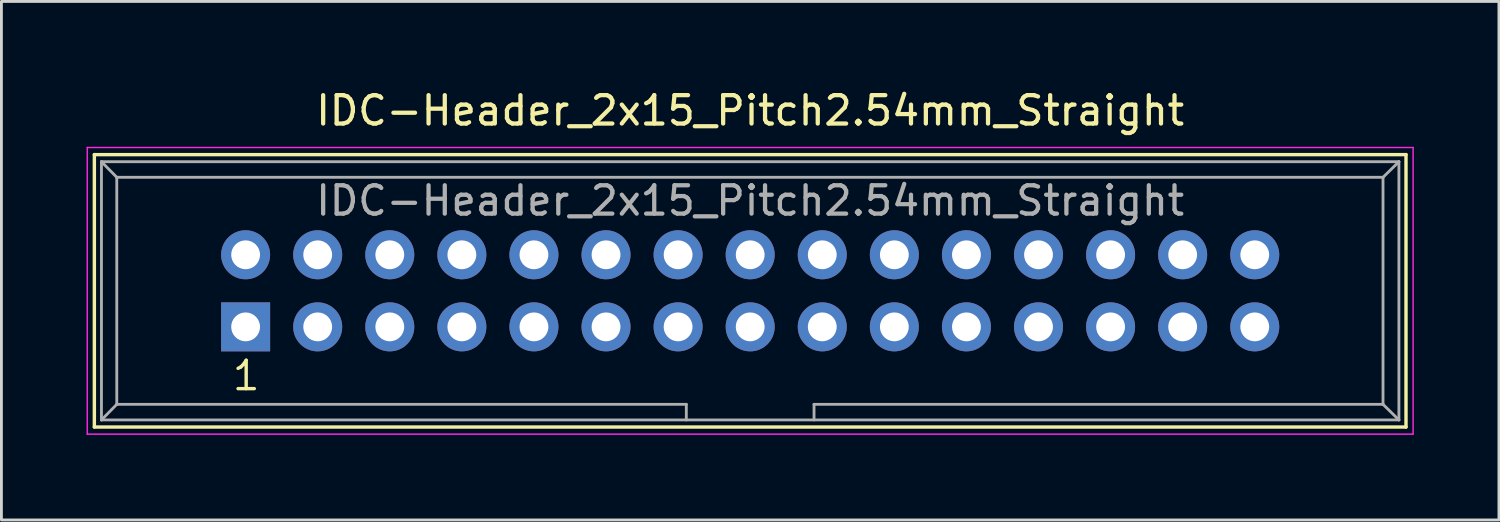
<source format=kicad_pcb>
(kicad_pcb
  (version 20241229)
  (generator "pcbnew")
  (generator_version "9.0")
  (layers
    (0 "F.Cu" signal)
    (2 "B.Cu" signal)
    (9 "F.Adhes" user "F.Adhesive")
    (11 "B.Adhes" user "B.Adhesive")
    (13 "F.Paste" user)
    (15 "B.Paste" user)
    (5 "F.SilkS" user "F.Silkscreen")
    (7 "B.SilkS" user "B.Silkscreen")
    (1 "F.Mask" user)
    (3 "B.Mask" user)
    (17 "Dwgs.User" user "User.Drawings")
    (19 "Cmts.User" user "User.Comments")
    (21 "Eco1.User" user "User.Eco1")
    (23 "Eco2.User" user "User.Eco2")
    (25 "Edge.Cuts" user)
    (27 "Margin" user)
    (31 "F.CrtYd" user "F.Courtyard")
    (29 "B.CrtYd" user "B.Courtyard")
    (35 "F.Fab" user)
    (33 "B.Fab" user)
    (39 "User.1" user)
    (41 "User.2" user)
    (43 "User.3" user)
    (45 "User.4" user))
  (footprint "IDC-Header_2x15_Pitch2.54mm_Straight"
    (layer "F.Cu")
    (at 5.605 8.468)
    (property "Reference" "IDC-Header_2x15_Pitch2.54mm_Straight" (at 17.78 -7.62 0) (layer "F.SilkS") (effects (font (size 1 1) (thickness 0.15))))
    (attr through_hole)
    (fp_line (start -5.33 -6.07) (end 40.89 -6.07) (stroke (width 0.12) (type solid)) (layer "F.SilkS"))
    (fp_line (start -5.33 3.53) (end -5.33 -6.07) (stroke (width 0.12) (type solid)) (layer "F.SilkS"))
    (fp_line (start 40.89 -6.07) (end 40.89 3.53) (stroke (width 0.12) (type solid)) (layer "F.SilkS"))
    (fp_line (start 40.89 3.53) (end -5.33 3.53) (stroke (width 0.12) (type solid)) (layer "F.SilkS"))
    (fp_line (start -5.58 -6.32) (end 41.14 -6.32) (stroke (width 0.05) (type solid)) (layer "F.CrtYd"))
    (fp_line (start -5.58 3.78) (end -5.58 -6.32) (stroke (width 0.05) (type solid)) (layer "F.CrtYd"))
    (fp_line (start 41.14 -6.32) (end 41.14 3.78) (stroke (width 0.05) (type solid)) (layer "F.CrtYd"))
    (fp_line (start 41.14 3.78) (end -5.58 3.78) (stroke (width 0.05) (type solid)) (layer "F.CrtYd"))
    (fp_line (start -5.08 -5.82) (end -5.08 3.28) (stroke (width 0.1) (type solid)) (layer "F.Fab"))
    (fp_line (start -5.08 -5.82) (end -4.54 -5.27) (stroke (width 0.1) (type solid)) (layer "F.Fab"))
    (fp_line (start -5.08 -5.82) (end 40.64 -5.82) (stroke (width 0.1) (type solid)) (layer "F.Fab"))
    (fp_line (start -5.08 3.28) (end -4.54 2.73) (stroke (width 0.1) (type solid)) (layer "F.Fab"))
    (fp_line (start -5.08 3.28) (end 40.64 3.28) (stroke (width 0.1) (type solid)) (layer "F.Fab"))
    (fp_line (start -4.54 -5.27) (end -4.54 2.73) (stroke (width 0.1) (type solid)) (layer "F.Fab"))
    (fp_line (start -4.54 -5.27) (end 40.08 -5.27) (stroke (width 0.1) (type solid)) (layer "F.Fab"))
    (fp_line (start -4.54 2.73) (end 15.53 2.73) (stroke (width 0.1) (type solid)) (layer "F.Fab"))
    (fp_line (start 15.53 2.73) (end 15.53 3.28) (stroke (width 0.1) (type solid)) (layer "F.Fab"))
    (fp_line (start 20.03 2.73) (end 20.03 3.28) (stroke (width 0.1) (type solid)) (layer "F.Fab"))
    (fp_line (start 20.03 2.73) (end 40.08 2.73) (stroke (width 0.1) (type solid)) (layer "F.Fab"))
    (fp_line (start 40.08 -5.27) (end 40.08 2.73) (stroke (width 0.1) (type solid)) (layer "F.Fab"))
    (fp_line (start 40.64 -5.82) (end 40.08 -5.27) (stroke (width 0.1) (type solid)) (layer "F.Fab"))
    (fp_line (start 40.64 -5.82) (end 40.64 3.28) (stroke (width 0.1) (type solid)) (layer "F.Fab"))
    (fp_line (start 40.64 3.28) (end 40.08 2.73) (stroke (width 0.1) (type solid)) (layer "F.Fab"))
    (fp_text user "1" (at 0.02 1.72 0) (layer "F.SilkS") (effects (font (size 1 1) (thickness 0.12))))
    (fp_text user "${REFERENCE}" (at 17.78 -4.445 0) (layer "F.Fab") (effects (font (size 1 1) (thickness 0.15))))
    (pad "1" thru_hole rect (at 0 0) (size 1.727 1.727) (drill 1.016) (layers "*.Cu" "*.Mask"))
    (pad "2" thru_hole oval (at 0 -2.54) (size 1.727 1.727) (drill 1.016) (layers "*.Cu" "*.Mask"))
    (pad "3" thru_hole oval (at 2.54 0) (size 1.727 1.727) (drill 1.016) (layers "*.Cu" "*.Mask"))
    (pad "4" thru_hole oval (at 2.54 -2.54) (size 1.727 1.727) (drill 1.016) (layers "*.Cu" "*.Mask"))
    (pad "5" thru_hole oval (at 5.08 0) (size 1.727 1.727) (drill 1.016) (layers "*.Cu" "*.Mask"))
    (pad "6" thru_hole oval (at 5.08 -2.54) (size 1.727 1.727) (drill 1.016) (layers "*.Cu" "*.Mask"))
    (pad "7" thru_hole oval (at 7.62 0) (size 1.727 1.727) (drill 1.016) (layers "*.Cu" "*.Mask"))
    (pad "8" thru_hole oval (at 7.62 -2.54) (size 1.727 1.727) (drill 1.016) (layers "*.Cu" "*.Mask"))
    (pad "9" thru_hole oval (at 10.16 0) (size 1.727 1.727) (drill 1.016) (layers "*.Cu" "*.Mask"))
    (pad "10" thru_hole oval (at 10.16 -2.54) (size 1.727 1.727) (drill 1.016) (layers "*.Cu" "*.Mask"))
    (pad "11" thru_hole oval (at 12.7 0) (size 1.727 1.727) (drill 1.016) (layers "*.Cu" "*.Mask"))
    (pad "12" thru_hole oval (at 12.7 -2.54) (size 1.727 1.727) (drill 1.016) (layers "*.Cu" "*.Mask"))
    (pad "13" thru_hole oval (at 15.24 0) (size 1.727 1.727) (drill 1.016) (layers "*.Cu" "*.Mask"))
    (pad "14" thru_hole oval (at 15.24 -2.54) (size 1.727 1.727) (drill 1.016) (layers "*.Cu" "*.Mask"))
    (pad "15" thru_hole oval (at 17.78 0) (size 1.727 1.727) (drill 1.016) (layers "*.Cu" "*.Mask"))
    (pad "16" thru_hole oval (at 17.78 -2.54) (size 1.727 1.727) (drill 1.016) (layers "*.Cu" "*.Mask"))
    (pad "17" thru_hole oval (at 20.32 0) (size 1.727 1.727) (drill 1.016) (layers "*.Cu" "*.Mask"))
    (pad "18" thru_hole oval (at 20.32 -2.54) (size 1.727 1.727) (drill 1.016) (layers "*.Cu" "*.Mask"))
    (pad "19" thru_hole oval (at 22.86 0) (size 1.727 1.727) (drill 1.016) (layers "*.Cu" "*.Mask"))
    (pad "20" thru_hole oval (at 22.86 -2.54) (size 1.727 1.727) (drill 1.016) (layers "*.Cu" "*.Mask"))
    (pad "21" thru_hole oval (at 25.4 0) (size 1.727 1.727) (drill 1.016) (layers "*.Cu" "*.Mask"))
    (pad "22" thru_hole oval (at 25.4 -2.54) (size 1.727 1.727) (drill 1.016) (layers "*.Cu" "*.Mask"))
    (pad "23" thru_hole oval (at 27.94 0) (size 1.727 1.727) (drill 1.016) (layers "*.Cu" "*.Mask"))
    (pad "24" thru_hole oval (at 27.94 -2.54) (size 1.727 1.727) (drill 1.016) (layers "*.Cu" "*.Mask"))
    (pad "25" thru_hole oval (at 30.48 0) (size 1.727 1.727) (drill 1.016) (layers "*.Cu" "*.Mask"))
    (pad "26" thru_hole oval (at 30.48 -2.54) (size 1.727 1.727) (drill 1.016) (layers "*.Cu" "*.Mask"))
    (pad "27" thru_hole oval (at 33.02 0) (size 1.727 1.727) (drill 1.016) (layers "*.Cu" "*.Mask"))
    (pad "28" thru_hole oval (at 33.02 -2.54) (size 1.727 1.727) (drill 1.016) (layers "*.Cu" "*.Mask"))
    (pad "29" thru_hole oval (at 35.56 0) (size 1.727 1.727) (drill 1.016) (layers "*.Cu" "*.Mask"))
    (pad "30" thru_hole oval (at 35.56 -2.54) (size 1.727 1.727) (drill 1.016) (layers "*.Cu" "*.Mask")))
  (gr_rect
    (start -3 -3)
    (end 49.77 15.273)
    (stroke (width 0.1) (type default))
    (fill no)
    (layer "Edge.Cuts")))
</source>
